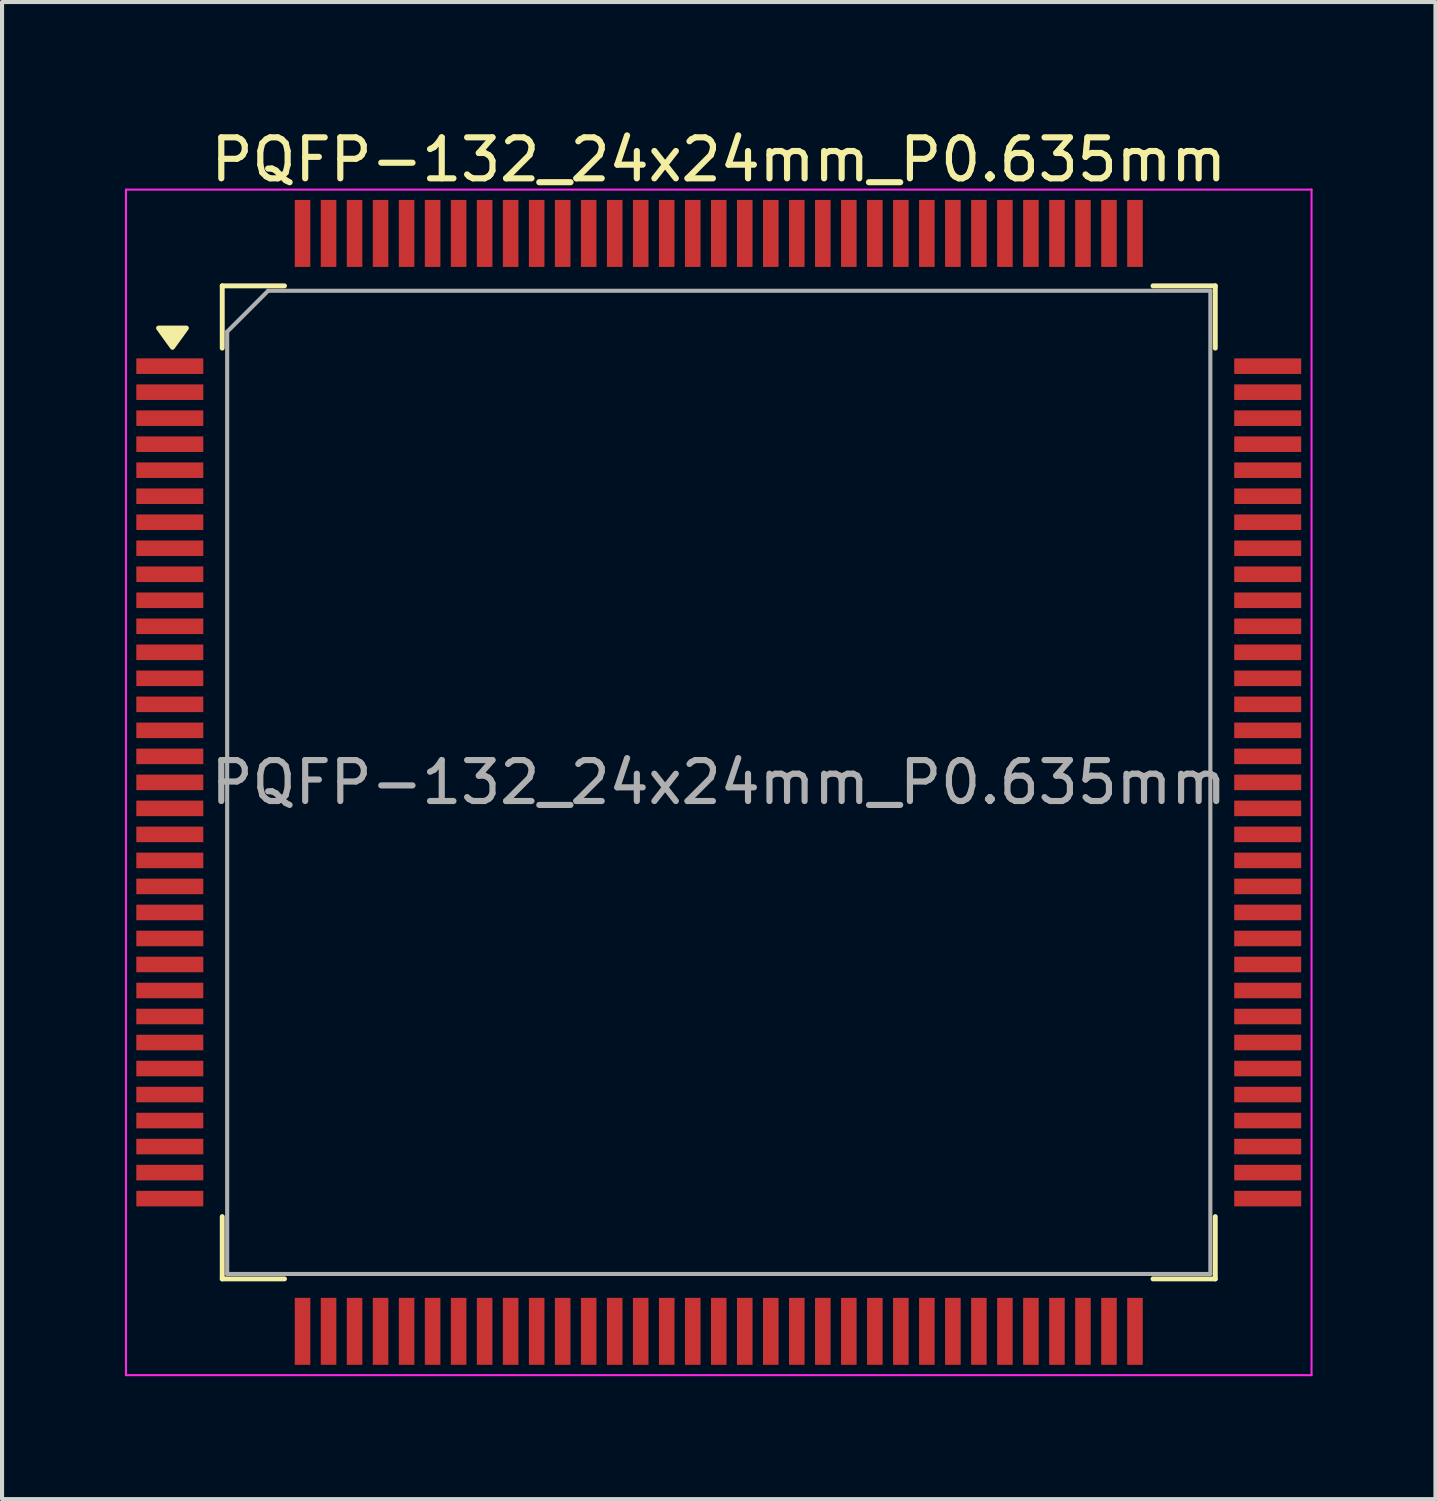
<source format=kicad_pcb>
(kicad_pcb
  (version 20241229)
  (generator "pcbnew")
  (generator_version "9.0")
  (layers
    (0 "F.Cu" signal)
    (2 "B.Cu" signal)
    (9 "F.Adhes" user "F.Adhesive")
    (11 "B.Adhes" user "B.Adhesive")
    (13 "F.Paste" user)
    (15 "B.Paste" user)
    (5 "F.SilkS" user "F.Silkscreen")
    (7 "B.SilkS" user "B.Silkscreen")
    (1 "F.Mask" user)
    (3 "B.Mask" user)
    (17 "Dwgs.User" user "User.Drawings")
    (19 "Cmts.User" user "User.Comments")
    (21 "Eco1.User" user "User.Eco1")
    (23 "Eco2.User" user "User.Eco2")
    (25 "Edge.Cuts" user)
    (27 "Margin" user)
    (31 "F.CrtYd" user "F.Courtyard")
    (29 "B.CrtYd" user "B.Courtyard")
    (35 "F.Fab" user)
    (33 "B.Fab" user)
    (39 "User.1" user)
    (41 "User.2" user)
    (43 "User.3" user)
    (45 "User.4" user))
  (footprint "PQFP-132_24x24mm_P0.635mm"
    (layer "F.Cu")
    (at 14.495 16.048)
    (property "Reference" "PQFP-132_24x24mm_P0.635mm" (at 0 -15.2 0) (layer "F.SilkS") (effects (font (size 1 1) (thickness 0.15))))
    (attr smd)
    (fp_line (start -12.12 -12.12) (end -12.12 -10.6) (stroke (width 0.12) (type solid)) (layer "F.SilkS"))
    (fp_line (start -12.12 12.12) (end -12.12 10.6) (stroke (width 0.12) (type solid)) (layer "F.SilkS"))
    (fp_line (start -10.6 -12.12) (end -12.12 -12.12) (stroke (width 0.12) (type solid)) (layer "F.SilkS"))
    (fp_line (start -10.6 12.12) (end -12.12 12.12) (stroke (width 0.12) (type solid)) (layer "F.SilkS"))
    (fp_line (start 10.6 -12.12) (end 12.12 -12.12) (stroke (width 0.12) (type solid)) (layer "F.SilkS"))
    (fp_line (start 10.6 12.12) (end 12.12 12.12) (stroke (width 0.12) (type solid)) (layer "F.SilkS"))
    (fp_line (start 12.12 -12.12) (end 12.12 -10.6) (stroke (width 0.12) (type solid)) (layer "F.SilkS"))
    (fp_line (start 12.12 12.12) (end 12.12 10.6) (stroke (width 0.12) (type solid)) (layer "F.SilkS"))
    (fp_poly (pts (xy -13.335 -10.62) (xy -13.675 -11.09) (xy -12.995 -11.09) (xy -13.335 -10.62)) (stroke (width 0.12) (type solid)) (fill yes) (layer "F.SilkS"))
    (fp_line (start -14.47 -14.47) (end -14.47 14.47) (stroke (width 0.05) (type solid)) (layer "F.CrtYd"))
    (fp_line (start 14.47 -14.47) (end -14.47 -14.47) (stroke (width 0.05) (type solid)) (layer "F.CrtYd"))
    (fp_line (start 14.47 -14.47) (end 14.47 14.47) (stroke (width 0.05) (type solid)) (layer "F.CrtYd"))
    (fp_line (start 14.47 14.47) (end -14.47 14.47) (stroke (width 0.05) (type solid)) (layer "F.CrtYd"))
    (fp_line (start -12 12) (end -12 -11) (stroke (width 0.1) (type solid)) (layer "F.Fab"))
    (fp_line (start -11 -12) (end -12 -11) (stroke (width 0.1) (type solid)) (layer "F.Fab"))
    (fp_line (start -11 -12) (end 12 -12) (stroke (width 0.1) (type solid)) (layer "F.Fab"))
    (fp_line (start 12 -12) (end 12 12) (stroke (width 0.1) (type solid)) (layer "F.Fab"))
    (fp_line (start 12 12) (end -12 12) (stroke (width 0.1) (type solid)) (layer "F.Fab"))
    (fp_text user "${REFERENCE}" (at 0 0 0) (layer "F.Fab") (effects (font (size 1 1) (thickness 0.15))))
    (pad "1" smd rect (at -13.4 -10.16) (size 1.635 0.38) (layers "F.Cu" "F.Mask" "F.Paste"))
    (pad "2" smd rect (at -13.4 -9.525) (size 1.635 0.38) (layers "F.Cu" "F.Mask" "F.Paste"))
    (pad "3" smd rect (at -13.4 -8.89) (size 1.635 0.38) (layers "F.Cu" "F.Mask" "F.Paste"))
    (pad "4" smd rect (at -13.4 -8.255) (size 1.635 0.38) (layers "F.Cu" "F.Mask" "F.Paste"))
    (pad "5" smd rect (at -13.4 -7.62) (size 1.635 0.38) (layers "F.Cu" "F.Mask" "F.Paste"))
    (pad "6" smd rect (at -13.4 -6.985) (size 1.635 0.38) (layers "F.Cu" "F.Mask" "F.Paste"))
    (pad "7" smd rect (at -13.4 -6.35) (size 1.635 0.38) (layers "F.Cu" "F.Mask" "F.Paste"))
    (pad "8" smd rect (at -13.4 -5.715) (size 1.635 0.38) (layers "F.Cu" "F.Mask" "F.Paste"))
    (pad "9" smd rect (at -13.4 -5.08) (size 1.635 0.38) (layers "F.Cu" "F.Mask" "F.Paste"))
    (pad "10" smd rect (at -13.4 -4.445) (size 1.635 0.38) (layers "F.Cu" "F.Mask" "F.Paste"))
    (pad "11" smd rect (at -13.4 -3.81) (size 1.635 0.38) (layers "F.Cu" "F.Mask" "F.Paste"))
    (pad "12" smd rect (at -13.4 -3.175) (size 1.635 0.38) (layers "F.Cu" "F.Mask" "F.Paste"))
    (pad "13" smd rect (at -13.4 -2.54) (size 1.635 0.38) (layers "F.Cu" "F.Mask" "F.Paste"))
    (pad "14" smd rect (at -13.4 -1.905) (size 1.635 0.38) (layers "F.Cu" "F.Mask" "F.Paste"))
    (pad "15" smd rect (at -13.4 -1.27) (size 1.635 0.38) (layers "F.Cu" "F.Mask" "F.Paste"))
    (pad "16" smd rect (at -13.4 -0.635) (size 1.635 0.38) (layers "F.Cu" "F.Mask" "F.Paste"))
    (pad "17" smd rect (at -13.4 0) (size 1.635 0.38) (layers "F.Cu" "F.Mask" "F.Paste"))
    (pad "18" smd rect (at -13.4 0.635) (size 1.635 0.38) (layers "F.Cu" "F.Mask" "F.Paste"))
    (pad "19" smd rect (at -13.4 1.27) (size 1.635 0.38) (layers "F.Cu" "F.Mask" "F.Paste"))
    (pad "20" smd rect (at -13.4 1.905) (size 1.635 0.38) (layers "F.Cu" "F.Mask" "F.Paste"))
    (pad "21" smd rect (at -13.4 2.54) (size 1.635 0.38) (layers "F.Cu" "F.Mask" "F.Paste"))
    (pad "22" smd rect (at -13.4 3.175) (size 1.635 0.38) (layers "F.Cu" "F.Mask" "F.Paste"))
    (pad "23" smd rect (at -13.4 3.81) (size 1.635 0.38) (layers "F.Cu" "F.Mask" "F.Paste"))
    (pad "24" smd rect (at -13.4 4.445) (size 1.635 0.38) (layers "F.Cu" "F.Mask" "F.Paste"))
    (pad "25" smd rect (at -13.4 5.08) (size 1.635 0.38) (layers "F.Cu" "F.Mask" "F.Paste"))
    (pad "26" smd rect (at -13.4 5.715) (size 1.635 0.38) (layers "F.Cu" "F.Mask" "F.Paste"))
    (pad "27" smd rect (at -13.4 6.35) (size 1.635 0.38) (layers "F.Cu" "F.Mask" "F.Paste"))
    (pad "28" smd rect (at -13.4 6.985) (size 1.635 0.38) (layers "F.Cu" "F.Mask" "F.Paste"))
    (pad "29" smd rect (at -13.4 7.62) (size 1.635 0.38) (layers "F.Cu" "F.Mask" "F.Paste"))
    (pad "30" smd rect (at -13.4 8.255) (size 1.635 0.38) (layers "F.Cu" "F.Mask" "F.Paste"))
    (pad "31" smd rect (at -13.4 8.89) (size 1.635 0.38) (layers "F.Cu" "F.Mask" "F.Paste"))
    (pad "32" smd rect (at -13.4 9.525) (size 1.635 0.38) (layers "F.Cu" "F.Mask" "F.Paste"))
    (pad "33" smd rect (at -13.4 10.16) (size 1.635 0.38) (layers "F.Cu" "F.Mask" "F.Paste"))
    (pad "34" smd rect (at -10.16 13.4) (size 0.38 1.635) (layers "F.Cu" "F.Mask" "F.Paste"))
    (pad "35" smd rect (at -9.525 13.4) (size 0.38 1.635) (layers "F.Cu" "F.Mask" "F.Paste"))
    (pad "36" smd rect (at -8.89 13.4) (size 0.38 1.635) (layers "F.Cu" "F.Mask" "F.Paste"))
    (pad "37" smd rect (at -8.255 13.4) (size 0.38 1.635) (layers "F.Cu" "F.Mask" "F.Paste"))
    (pad "38" smd rect (at -7.62 13.4) (size 0.38 1.635) (layers "F.Cu" "F.Mask" "F.Paste"))
    (pad "39" smd rect (at -6.985 13.4) (size 0.38 1.635) (layers "F.Cu" "F.Mask" "F.Paste"))
    (pad "40" smd rect (at -6.35 13.4) (size 0.38 1.635) (layers "F.Cu" "F.Mask" "F.Paste"))
    (pad "41" smd rect (at -5.715 13.4) (size 0.38 1.635) (layers "F.Cu" "F.Mask" "F.Paste"))
    (pad "42" smd rect (at -5.08 13.4) (size 0.38 1.635) (layers "F.Cu" "F.Mask" "F.Paste"))
    (pad "43" smd rect (at -4.445 13.4) (size 0.38 1.635) (layers "F.Cu" "F.Mask" "F.Paste"))
    (pad "44" smd rect (at -3.81 13.4) (size 0.38 1.635) (layers "F.Cu" "F.Mask" "F.Paste"))
    (pad "45" smd rect (at -3.175 13.4) (size 0.38 1.635) (layers "F.Cu" "F.Mask" "F.Paste"))
    (pad "46" smd rect (at -2.54 13.4) (size 0.38 1.635) (layers "F.Cu" "F.Mask" "F.Paste"))
    (pad "47" smd rect (at -1.905 13.4) (size 0.38 1.635) (layers "F.Cu" "F.Mask" "F.Paste"))
    (pad "48" smd rect (at -1.27 13.4) (size 0.38 1.635) (layers "F.Cu" "F.Mask" "F.Paste"))
    (pad "49" smd rect (at -0.635 13.4) (size 0.38 1.635) (layers "F.Cu" "F.Mask" "F.Paste"))
    (pad "50" smd rect (at 0 13.4) (size 0.38 1.635) (layers "F.Cu" "F.Mask" "F.Paste"))
    (pad "51" smd rect (at 0.635 13.4) (size 0.38 1.635) (layers "F.Cu" "F.Mask" "F.Paste"))
    (pad "52" smd rect (at 1.27 13.4) (size 0.38 1.635) (layers "F.Cu" "F.Mask" "F.Paste"))
    (pad "53" smd rect (at 1.905 13.4) (size 0.38 1.635) (layers "F.Cu" "F.Mask" "F.Paste"))
    (pad "54" smd rect (at 2.54 13.4) (size 0.38 1.635) (layers "F.Cu" "F.Mask" "F.Paste"))
    (pad "55" smd rect (at 3.175 13.4) (size 0.38 1.635) (layers "F.Cu" "F.Mask" "F.Paste"))
    (pad "56" smd rect (at 3.81 13.4) (size 0.38 1.635) (layers "F.Cu" "F.Mask" "F.Paste"))
    (pad "57" smd rect (at 4.445 13.4) (size 0.38 1.635) (layers "F.Cu" "F.Mask" "F.Paste"))
    (pad "58" smd rect (at 5.08 13.4) (size 0.38 1.635) (layers "F.Cu" "F.Mask" "F.Paste"))
    (pad "59" smd rect (at 5.715 13.4) (size 0.38 1.635) (layers "F.Cu" "F.Mask" "F.Paste"))
    (pad "60" smd rect (at 6.35 13.4) (size 0.38 1.635) (layers "F.Cu" "F.Mask" "F.Paste"))
    (pad "61" smd rect (at 6.985 13.4) (size 0.38 1.635) (layers "F.Cu" "F.Mask" "F.Paste"))
    (pad "62" smd rect (at 7.62 13.4) (size 0.38 1.635) (layers "F.Cu" "F.Mask" "F.Paste"))
    (pad "63" smd rect (at 8.255 13.4) (size 0.38 1.635) (layers "F.Cu" "F.Mask" "F.Paste"))
    (pad "64" smd rect (at 8.89 13.4) (size 0.38 1.635) (layers "F.Cu" "F.Mask" "F.Paste"))
    (pad "65" smd rect (at 9.525 13.4) (size 0.38 1.635) (layers "F.Cu" "F.Mask" "F.Paste"))
    (pad "66" smd rect (at 10.16 13.4) (size 0.38 1.635) (layers "F.Cu" "F.Mask" "F.Paste"))
    (pad "67" smd rect (at 13.4 10.16) (size 1.635 0.38) (layers "F.Cu" "F.Mask" "F.Paste"))
    (pad "68" smd rect (at 13.4 9.525) (size 1.635 0.38) (layers "F.Cu" "F.Mask" "F.Paste"))
    (pad "69" smd rect (at 13.4 8.89) (size 1.635 0.38) (layers "F.Cu" "F.Mask" "F.Paste"))
    (pad "70" smd rect (at 13.4 8.255) (size 1.635 0.38) (layers "F.Cu" "F.Mask" "F.Paste"))
    (pad "71" smd rect (at 13.4 7.62) (size 1.635 0.38) (layers "F.Cu" "F.Mask" "F.Paste"))
    (pad "72" smd rect (at 13.4 6.985) (size 1.635 0.38) (layers "F.Cu" "F.Mask" "F.Paste"))
    (pad "73" smd rect (at 13.4 6.35) (size 1.635 0.38) (layers "F.Cu" "F.Mask" "F.Paste"))
    (pad "74" smd rect (at 13.4 5.715) (size 1.635 0.38) (layers "F.Cu" "F.Mask" "F.Paste"))
    (pad "75" smd rect (at 13.4 5.08) (size 1.635 0.38) (layers "F.Cu" "F.Mask" "F.Paste"))
    (pad "76" smd rect (at 13.4 4.445) (size 1.635 0.38) (layers "F.Cu" "F.Mask" "F.Paste"))
    (pad "77" smd rect (at 13.4 3.81) (size 1.635 0.38) (layers "F.Cu" "F.Mask" "F.Paste"))
    (pad "78" smd rect (at 13.4 3.175) (size 1.635 0.38) (layers "F.Cu" "F.Mask" "F.Paste"))
    (pad "79" smd rect (at 13.4 2.54) (size 1.635 0.38) (layers "F.Cu" "F.Mask" "F.Paste"))
    (pad "80" smd rect (at 13.4 1.905) (size 1.635 0.38) (layers "F.Cu" "F.Mask" "F.Paste"))
    (pad "81" smd rect (at 13.4 1.27) (size 1.635 0.38) (layers "F.Cu" "F.Mask" "F.Paste"))
    (pad "82" smd rect (at 13.4 0.635) (size 1.635 0.38) (layers "F.Cu" "F.Mask" "F.Paste"))
    (pad "83" smd rect (at 13.4 0) (size 1.635 0.38) (layers "F.Cu" "F.Mask" "F.Paste"))
    (pad "84" smd rect (at 13.4 -0.635) (size 1.635 0.38) (layers "F.Cu" "F.Mask" "F.Paste"))
    (pad "85" smd rect (at 13.4 -1.27) (size 1.635 0.38) (layers "F.Cu" "F.Mask" "F.Paste"))
    (pad "86" smd rect (at 13.4 -1.905) (size 1.635 0.38) (layers "F.Cu" "F.Mask" "F.Paste"))
    (pad "87" smd rect (at 13.4 -2.54) (size 1.635 0.38) (layers "F.Cu" "F.Mask" "F.Paste"))
    (pad "88" smd rect (at 13.4 -3.175) (size 1.635 0.38) (layers "F.Cu" "F.Mask" "F.Paste"))
    (pad "89" smd rect (at 13.4 -3.81) (size 1.635 0.38) (layers "F.Cu" "F.Mask" "F.Paste"))
    (pad "90" smd rect (at 13.4 -4.445) (size 1.635 0.38) (layers "F.Cu" "F.Mask" "F.Paste"))
    (pad "91" smd rect (at 13.4 -5.08) (size 1.635 0.38) (layers "F.Cu" "F.Mask" "F.Paste"))
    (pad "92" smd rect (at 13.4 -5.715) (size 1.635 0.38) (layers "F.Cu" "F.Mask" "F.Paste"))
    (pad "93" smd rect (at 13.4 -6.35) (size 1.635 0.38) (layers "F.Cu" "F.Mask" "F.Paste"))
    (pad "94" smd rect (at 13.4 -6.985) (size 1.635 0.38) (layers "F.Cu" "F.Mask" "F.Paste"))
    (pad "95" smd rect (at 13.4 -7.62) (size 1.635 0.38) (layers "F.Cu" "F.Mask" "F.Paste"))
    (pad "96" smd rect (at 13.4 -8.255) (size 1.635 0.38) (layers "F.Cu" "F.Mask" "F.Paste"))
    (pad "97" smd rect (at 13.4 -8.89) (size 1.635 0.38) (layers "F.Cu" "F.Mask" "F.Paste"))
    (pad "98" smd rect (at 13.4 -9.525) (size 1.635 0.38) (layers "F.Cu" "F.Mask" "F.Paste"))
    (pad "99" smd rect (at 13.4 -10.16) (size 1.635 0.38) (layers "F.Cu" "F.Mask" "F.Paste"))
    (pad "100" smd rect (at 10.16 -13.4) (size 0.38 1.635) (layers "F.Cu" "F.Mask" "F.Paste"))
    (pad "101" smd rect (at 9.525 -13.4) (size 0.38 1.635) (layers "F.Cu" "F.Mask" "F.Paste"))
    (pad "102" smd rect (at 8.89 -13.4) (size 0.38 1.635) (layers "F.Cu" "F.Mask" "F.Paste"))
    (pad "103" smd rect (at 8.255 -13.4) (size 0.38 1.635) (layers "F.Cu" "F.Mask" "F.Paste"))
    (pad "104" smd rect (at 7.62 -13.4) (size 0.38 1.635) (layers "F.Cu" "F.Mask" "F.Paste"))
    (pad "105" smd rect (at 6.985 -13.4) (size 0.38 1.635) (layers "F.Cu" "F.Mask" "F.Paste"))
    (pad "106" smd rect (at 6.35 -13.4) (size 0.38 1.635) (layers "F.Cu" "F.Mask" "F.Paste"))
    (pad "107" smd rect (at 5.715 -13.4) (size 0.38 1.635) (layers "F.Cu" "F.Mask" "F.Paste"))
    (pad "108" smd rect (at 5.08 -13.4) (size 0.38 1.635) (layers "F.Cu" "F.Mask" "F.Paste"))
    (pad "109" smd rect (at 4.445 -13.4) (size 0.38 1.635) (layers "F.Cu" "F.Mask" "F.Paste"))
    (pad "110" smd rect (at 3.81 -13.4) (size 0.38 1.635) (layers "F.Cu" "F.Mask" "F.Paste"))
    (pad "111" smd rect (at 3.175 -13.4) (size 0.38 1.635) (layers "F.Cu" "F.Mask" "F.Paste"))
    (pad "112" smd rect (at 2.54 -13.4) (size 0.38 1.635) (layers "F.Cu" "F.Mask" "F.Paste"))
    (pad "113" smd rect (at 1.905 -13.4) (size 0.38 1.635) (layers "F.Cu" "F.Mask" "F.Paste"))
    (pad "114" smd rect (at 1.27 -13.4) (size 0.38 1.635) (layers "F.Cu" "F.Mask" "F.Paste"))
    (pad "115" smd rect (at 0.635 -13.4) (size 0.38 1.635) (layers "F.Cu" "F.Mask" "F.Paste"))
    (pad "116" smd rect (at 0 -13.4) (size 0.38 1.635) (layers "F.Cu" "F.Mask" "F.Paste"))
    (pad "117" smd rect (at -0.635 -13.4) (size 0.38 1.635) (layers "F.Cu" "F.Mask" "F.Paste"))
    (pad "118" smd rect (at -1.27 -13.4) (size 0.38 1.635) (layers "F.Cu" "F.Mask" "F.Paste"))
    (pad "119" smd rect (at -1.905 -13.4) (size 0.38 1.635) (layers "F.Cu" "F.Mask" "F.Paste"))
    (pad "120" smd rect (at -2.54 -13.4) (size 0.38 1.635) (layers "F.Cu" "F.Mask" "F.Paste"))
    (pad "121" smd rect (at -3.175 -13.4) (size 0.38 1.635) (layers "F.Cu" "F.Mask" "F.Paste"))
    (pad "122" smd rect (at -3.81 -13.4) (size 0.38 1.635) (layers "F.Cu" "F.Mask" "F.Paste"))
    (pad "123" smd rect (at -4.445 -13.4) (size 0.38 1.635) (layers "F.Cu" "F.Mask" "F.Paste"))
    (pad "124" smd rect (at -5.08 -13.4) (size 0.38 1.635) (layers "F.Cu" "F.Mask" "F.Paste"))
    (pad "125" smd rect (at -5.715 -13.4) (size 0.38 1.635) (layers "F.Cu" "F.Mask" "F.Paste"))
    (pad "126" smd rect (at -6.35 -13.4) (size 0.38 1.635) (layers "F.Cu" "F.Mask" "F.Paste"))
    (pad "127" smd rect (at -6.985 -13.4) (size 0.38 1.635) (layers "F.Cu" "F.Mask" "F.Paste"))
    (pad "128" smd rect (at -7.62 -13.4) (size 0.38 1.635) (layers "F.Cu" "F.Mask" "F.Paste"))
    (pad "129" smd rect (at -8.255 -13.4) (size 0.38 1.635) (layers "F.Cu" "F.Mask" "F.Paste"))
    (pad "130" smd rect (at -8.89 -13.4) (size 0.38 1.635) (layers "F.Cu" "F.Mask" "F.Paste"))
    (pad "131" smd rect (at -9.525 -13.4) (size 0.38 1.635) (layers "F.Cu" "F.Mask" "F.Paste"))
    (pad "132" smd rect (at -10.16 -13.4) (size 0.38 1.635) (layers "F.Cu" "F.Mask" "F.Paste")))
  (gr_rect
    (start -3 -3)
    (end 31.99 33.543)
    (stroke (width 0.1) (type default))
    (fill no)
    (layer "Edge.Cuts")))
</source>
